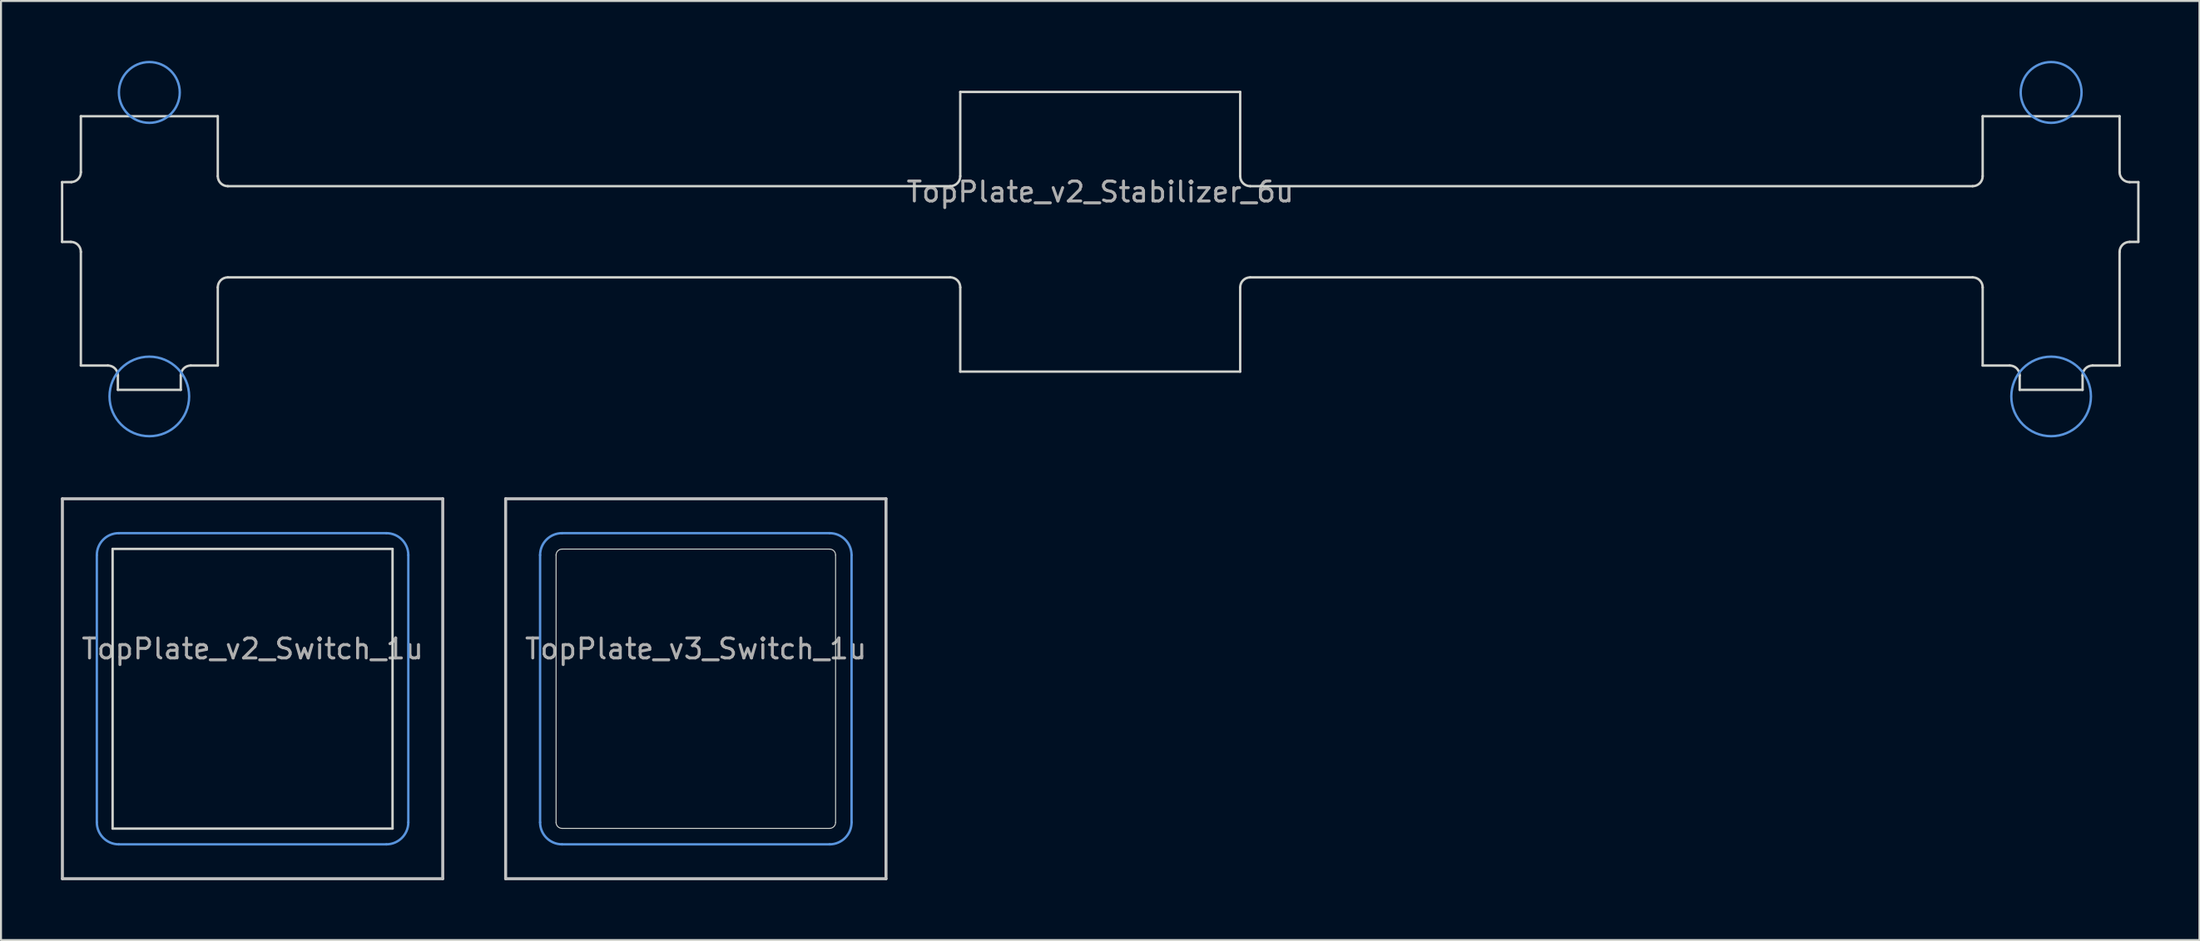
<source format=kicad_pcb>
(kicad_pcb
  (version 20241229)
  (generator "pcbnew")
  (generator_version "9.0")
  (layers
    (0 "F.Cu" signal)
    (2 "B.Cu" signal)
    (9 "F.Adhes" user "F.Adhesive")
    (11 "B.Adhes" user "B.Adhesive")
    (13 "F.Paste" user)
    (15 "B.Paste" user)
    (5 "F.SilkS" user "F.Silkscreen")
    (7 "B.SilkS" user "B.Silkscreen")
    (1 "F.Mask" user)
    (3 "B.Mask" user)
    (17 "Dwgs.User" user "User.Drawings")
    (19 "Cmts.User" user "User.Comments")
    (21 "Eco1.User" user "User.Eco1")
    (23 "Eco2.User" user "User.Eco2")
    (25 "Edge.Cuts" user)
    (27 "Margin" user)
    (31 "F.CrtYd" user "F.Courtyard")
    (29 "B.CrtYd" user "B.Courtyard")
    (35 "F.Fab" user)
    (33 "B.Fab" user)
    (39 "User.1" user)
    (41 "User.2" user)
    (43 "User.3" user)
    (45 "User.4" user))
  (footprint "TopPlate_v3_Switch_1u"
    (layer "F.Cu")
    (at 31.8 31.478)
    (property "Reference" "TopPlate_v3_Switch_1u" (at 0 -2 180) (layer "F.Fab") (effects (font (size 1 1) (thickness 0.15))))
    (attr through_hole)
    (fp_line (start -9.525 -9.525) (end 9.525 -9.525) (stroke (width 0.15) (type solid)) (layer "Dwgs.User"))
    (fp_line (start -9.525 9.525) (end -9.525 -9.525) (stroke (width 0.15) (type solid)) (layer "Dwgs.User"))
    (fp_line (start 9.525 -9.525) (end 9.525 9.525) (stroke (width 0.15) (type solid)) (layer "Dwgs.User"))
    (fp_line (start 9.525 9.525) (end -9.525 9.525) (stroke (width 0.15) (type solid)) (layer "Dwgs.User"))
    (fp_line (start -7.8 -6.7) (end -7.8 6.7) (stroke (width 0.12) (type solid)) (layer "Cmts.User"))
    (fp_line (start -6.7 7.8) (end 6.7 7.8) (stroke (width 0.12) (type solid)) (layer "Cmts.User"))
    (fp_line (start 6.7 -7.8) (end -6.7 -7.8) (stroke (width 0.12) (type solid)) (layer "Cmts.User"))
    (fp_line (start 7.8 6.7) (end 7.8 -6.7) (stroke (width 0.12) (type solid)) (layer "Cmts.User"))
    (fp_arc (start -7.8 -6.7) (mid -7.477817 -7.477817) (end -6.7 -7.8) (stroke (width 0.12) (type solid)) (layer "Cmts.User"))
    (fp_arc (start -6.7 7.8) (mid -7.477817 7.477817) (end -7.8 6.7) (stroke (width 0.12) (type solid)) (layer "Cmts.User"))
    (fp_arc (start 6.7 -7.8) (mid 7.477817 -7.477817) (end 7.8 -6.7) (stroke (width 0.12) (type solid)) (layer "Cmts.User"))
    (fp_arc (start 7.8 6.7) (mid 7.477817 7.477817) (end 6.7 7.8) (stroke (width 0.12) (type solid)) (layer "Cmts.User"))
    (fp_line (start -7 6.7) (end -7 -6.7) (stroke (width 0.05) (type default)) (layer "Edge.Cuts"))
    (fp_line (start -6.7 -7) (end 6.7 -7) (stroke (width 0.05) (type default)) (layer "Edge.Cuts"))
    (fp_line (start 6.7 7) (end -6.7 7) (stroke (width 0.05) (type default)) (layer "Edge.Cuts"))
    (fp_line (start 7 -6.7) (end 7 6.7) (stroke (width 0.05) (type default)) (layer "Edge.Cuts"))
    (fp_arc (start -7 -6.7) (mid -6.912132 -6.912132) (end -6.7 -7) (stroke (width 0.05) (type default)) (layer "Edge.Cuts"))
    (fp_arc (start -6.7 7) (mid -6.912132 6.912132) (end -7 6.7) (stroke (width 0.05) (type default)) (layer "Edge.Cuts"))
    (fp_arc (start 6.7 -7) (mid 6.912132 -6.912132) (end 7 -6.7) (stroke (width 0.05) (type default)) (layer "Edge.Cuts"))
    (fp_arc (start 7 6.7) (mid 6.912132 6.912132) (end 6.7 7) (stroke (width 0.05) (type default)) (layer "Edge.Cuts")))
  (footprint "TopPlate_v2_Switch_1u"
    (layer "F.Cu")
    (at 9.6 31.478)
    (property "Reference" "TopPlate_v2_Switch_1u" (at 0 -2 180) (layer "F.Fab") (effects (font (size 1 1) (thickness 0.15))))
    (attr through_hole)
    (fp_line (start -9.525 -9.525) (end 9.525 -9.525) (stroke (width 0.15) (type solid)) (layer "Dwgs.User"))
    (fp_line (start -9.525 9.525) (end -9.525 -9.525) (stroke (width 0.15) (type solid)) (layer "Dwgs.User"))
    (fp_line (start 9.525 -9.525) (end 9.525 9.525) (stroke (width 0.15) (type solid)) (layer "Dwgs.User"))
    (fp_line (start 9.525 9.525) (end -9.525 9.525) (stroke (width 0.15) (type solid)) (layer "Dwgs.User"))
    (fp_line (start -7.8 -6.7) (end -7.8 6.7) (stroke (width 0.12) (type solid)) (layer "Cmts.User"))
    (fp_line (start -6.7 7.8) (end 6.7 7.8) (stroke (width 0.12) (type solid)) (layer "Cmts.User"))
    (fp_line (start 6.7 -7.8) (end -6.7 -7.8) (stroke (width 0.12) (type solid)) (layer "Cmts.User"))
    (fp_line (start 7.8 6.7) (end 7.8 -6.7) (stroke (width 0.12) (type solid)) (layer "Cmts.User"))
    (fp_arc (start -7.8 -6.7) (mid -7.477817 -7.477817) (end -6.7 -7.8) (stroke (width 0.12) (type solid)) (layer "Cmts.User"))
    (fp_arc (start -6.7 7.8) (mid -7.477817 7.477817) (end -7.8 6.7) (stroke (width 0.12) (type solid)) (layer "Cmts.User"))
    (fp_arc (start 6.7 -7.8) (mid 7.477817 -7.477817) (end 7.8 -6.7) (stroke (width 0.12) (type solid)) (layer "Cmts.User"))
    (fp_arc (start 7.8 6.7) (mid 7.477817 7.477817) (end 6.7 7.8) (stroke (width 0.12) (type solid)) (layer "Cmts.User"))
    (fp_line (start -7.01 -7.01) (end -7.01 7.01) (stroke (width 0.12) (type solid)) (layer "Edge.Cuts"))
    (fp_line (start -7.01 7.01) (end 7.01 7.01) (stroke (width 0.12) (type solid)) (layer "Edge.Cuts"))
    (fp_line (start 7.01 -7.01) (end -7.01 -7.01) (stroke (width 0.12) (type solid)) (layer "Edge.Cuts"))
    (fp_line (start 7.01 7.01) (end 7.01 -7.01) (stroke (width 0.12) (type solid)) (layer "Edge.Cuts")))
  (footprint "TopPlate_v2_Stabilizer_6u"
    (layer "F.Cu")
    (at 52.054 8.569)
    (property "Reference" "TopPlate_v2_Stabilizer_6u" (at 0 -2 180) (layer "F.Fab") (effects (font (size 1 1) (thickness 0.15))))
    (attr through_hole)
    (fp_circle (center -47.625 -6.985) (end -49.149 -6.985) (stroke (width 0.12) (type solid)) (fill no) (layer "Cmts.User"))
    (fp_circle (center -47.625 8.255) (end -49.619 8.255) (stroke (width 0.12) (type solid)) (fill no) (layer "Cmts.User"))
    (fp_circle (center 47.625 -6.985) (end 46.101 -6.985) (stroke (width 0.12) (type solid)) (fill no) (layer "Cmts.User"))
    (fp_circle (center 47.625 8.255) (end 45.631 8.255) (stroke (width 0.12) (type solid)) (fill no) (layer "Cmts.User"))
    (fp_line (start -51.994 -2.489) (end -51.524 -2.49) (stroke (width 0.12) (type solid)) (layer "Edge.Cuts"))
    (fp_line (start -51.994 0.508) (end -51.994 -2.489) (stroke (width 0.12) (type solid)) (layer "Edge.Cuts"))
    (fp_line (start -51.554 0.508) (end -51.994 0.508) (stroke (width 0.12) (type solid)) (layer "Edge.Cuts"))
    (fp_line (start -51.054 -5.791) (end -44.196 -5.791) (stroke (width 0.12) (type solid)) (layer "Edge.Cuts"))
    (fp_line (start -51.054 -2.989) (end -51.054 -5.791) (stroke (width 0.12) (type solid)) (layer "Edge.Cuts"))
    (fp_line (start -51.054 6.706) (end -51.054 1.008) (stroke (width 0.12) (type solid)) (layer "Edge.Cuts"))
    (fp_line (start -49.7 6.706) (end -51.054 6.706) (stroke (width 0.12) (type solid)) (layer "Edge.Cuts"))
    (fp_line (start -49.2 7.925) (end -49.2 7.206) (stroke (width 0.12) (type solid)) (layer "Edge.Cuts"))
    (fp_line (start -46.05 7.206) (end -46.05 7.925) (stroke (width 0.12) (type solid)) (layer "Edge.Cuts"))
    (fp_line (start -46.05 7.925) (end -49.2 7.925) (stroke (width 0.12) (type solid)) (layer "Edge.Cuts"))
    (fp_line (start -44.196 -5.791) (end -44.196 -2.786) (stroke (width 0.12) (type solid)) (layer "Edge.Cuts"))
    (fp_line (start -44.196 2.786) (end -44.196 6.706) (stroke (width 0.12) (type solid)) (layer "Edge.Cuts"))
    (fp_line (start -44.196 6.706) (end -45.55 6.706) (stroke (width 0.12) (type solid)) (layer "Edge.Cuts"))
    (fp_line (start -43.696 -2.286) (end -7.51 -2.286) (stroke (width 0.12) (type solid)) (layer "Edge.Cuts"))
    (fp_line (start -7.51 2.286) (end -43.696 2.286) (stroke (width 0.12) (type solid)) (layer "Edge.Cuts"))
    (fp_line (start -7.01 -7.01) (end 7.01 -7.01) (stroke (width 0.12) (type solid)) (layer "Edge.Cuts"))
    (fp_line (start -7.01 -2.786) (end -7.01 -7.01) (stroke (width 0.12) (type solid)) (layer "Edge.Cuts"))
    (fp_line (start -7.01 7.01) (end -7.01 2.786) (stroke (width 0.12) (type solid)) (layer "Edge.Cuts"))
    (fp_line (start 7.01 -7.01) (end 7.01 -2.786) (stroke (width 0.12) (type solid)) (layer "Edge.Cuts"))
    (fp_line (start 7.01 2.786) (end 7.01 7.01) (stroke (width 0.12) (type solid)) (layer "Edge.Cuts"))
    (fp_line (start 7.01 7.01) (end -7.01 7.01) (stroke (width 0.12) (type solid)) (layer "Edge.Cuts"))
    (fp_line (start 7.51 -2.286) (end 43.696 -2.286) (stroke (width 0.12) (type solid)) (layer "Edge.Cuts"))
    (fp_line (start 43.696 2.286) (end 7.51 2.286) (stroke (width 0.12) (type solid)) (layer "Edge.Cuts"))
    (fp_line (start 44.196 -5.791) (end 51.054 -5.791) (stroke (width 0.12) (type solid)) (layer "Edge.Cuts"))
    (fp_line (start 44.196 -2.786) (end 44.196 -5.791) (stroke (width 0.12) (type solid)) (layer "Edge.Cuts"))
    (fp_line (start 44.196 6.706) (end 44.196 2.786) (stroke (width 0.12) (type solid)) (layer "Edge.Cuts"))
    (fp_line (start 45.55 6.706) (end 44.196 6.706) (stroke (width 0.12) (type solid)) (layer "Edge.Cuts"))
    (fp_line (start 46.05 7.925) (end 46.05 7.206) (stroke (width 0.12) (type solid)) (layer "Edge.Cuts"))
    (fp_line (start 49.2 7.206) (end 49.2 7.925) (stroke (width 0.12) (type solid)) (layer "Edge.Cuts"))
    (fp_line (start 49.2 7.925) (end 46.05 7.925) (stroke (width 0.12) (type solid)) (layer "Edge.Cuts"))
    (fp_line (start 51.054 -5.791) (end 51.054 -2.989) (stroke (width 0.12) (type solid)) (layer "Edge.Cuts"))
    (fp_line (start 51.054 1.008) (end 51.054 6.706) (stroke (width 0.12) (type solid)) (layer "Edge.Cuts"))
    (fp_line (start 51.054 6.706) (end 49.7 6.706) (stroke (width 0.12) (type solid)) (layer "Edge.Cuts"))
    (fp_line (start 51.554 -2.489) (end 51.994 -2.489) (stroke (width 0.12) (type solid)) (layer "Edge.Cuts"))
    (fp_line (start 51.994 -2.489) (end 51.994 0.508) (stroke (width 0.12) (type solid)) (layer "Edge.Cuts"))
    (fp_line (start 51.994 0.508) (end 51.554 0.508) (stroke (width 0.12) (type solid)) (layer "Edge.Cuts"))
    (fp_arc (start -51.554 0.508) (mid -51.200447 0.654447) (end -51.054 1.008) (stroke (width 0.12) (type solid)) (layer "Edge.Cuts"))
    (fp_arc (start -51.054 -2.9892) (mid -51.189979 -2.646434) (end -51.523954 -2.490104) (stroke (width 0.12) (type solid)) (layer "Edge.Cuts"))
    (fp_arc (start -49.6998 6.7056) (mid -49.346247 6.852047) (end -49.1998 7.2056) (stroke (width 0.12) (type solid)) (layer "Edge.Cuts"))
    (fp_arc (start -46.0502 7.2056) (mid -45.903753 6.852047) (end -45.5502 6.7056) (stroke (width 0.12) (type solid)) (layer "Edge.Cuts"))
    (fp_arc (start -44.196 2.786) (mid -44.049553 2.432447) (end -43.696 2.286) (stroke (width 0.12) (type solid)) (layer "Edge.Cuts"))
    (fp_arc (start -43.696 -2.286) (mid -44.049553 -2.432447) (end -44.196 -2.786) (stroke (width 0.12) (type solid)) (layer "Edge.Cuts"))
    (fp_arc (start -7.5104 2.286) (mid -7.156847 2.432447) (end -7.0104 2.786) (stroke (width 0.12) (type solid)) (layer "Edge.Cuts"))
    (fp_arc (start -7.0104 -2.786) (mid -7.156847 -2.432447) (end -7.5104 -2.286) (stroke (width 0.12) (type solid)) (layer "Edge.Cuts"))
    (fp_arc (start 7.0104 2.786) (mid 7.156847 2.432447) (end 7.5104 2.286) (stroke (width 0.12) (type solid)) (layer "Edge.Cuts"))
    (fp_arc (start 7.5104 -2.286) (mid 7.156847 -2.432447) (end 7.0104 -2.786) (stroke (width 0.12) (type solid)) (layer "Edge.Cuts"))
    (fp_arc (start 43.696 2.286) (mid 44.049553 2.432447) (end 44.196 2.786) (stroke (width 0.12) (type solid)) (layer "Edge.Cuts"))
    (fp_arc (start 44.196 -2.786) (mid 44.049553 -2.432447) (end 43.696 -2.286) (stroke (width 0.12) (type solid)) (layer "Edge.Cuts"))
    (fp_arc (start 45.5502 6.7056) (mid 45.903753 6.852047) (end 46.0502 7.2056) (stroke (width 0.12) (type solid)) (layer "Edge.Cuts"))
    (fp_arc (start 49.1998 7.2056) (mid 49.346247 6.852047) (end 49.6998 6.7056) (stroke (width 0.12) (type solid)) (layer "Edge.Cuts"))
    (fp_arc (start 51.054 1.008) (mid 51.200447 0.654447) (end 51.554 0.508) (stroke (width 0.12) (type solid)) (layer "Edge.Cuts"))
    (fp_arc (start 51.554 -2.4892) (mid 51.200447 -2.635647) (end 51.054 -2.9892) (stroke (width 0.12) (type solid)) (layer "Edge.Cuts")))
  (gr_rect
    (start -3 -3)
    (end 107.108 44.078)
    (stroke (width 0.1) (type default))
    (fill no)
    (layer "Edge.Cuts")))
</source>
